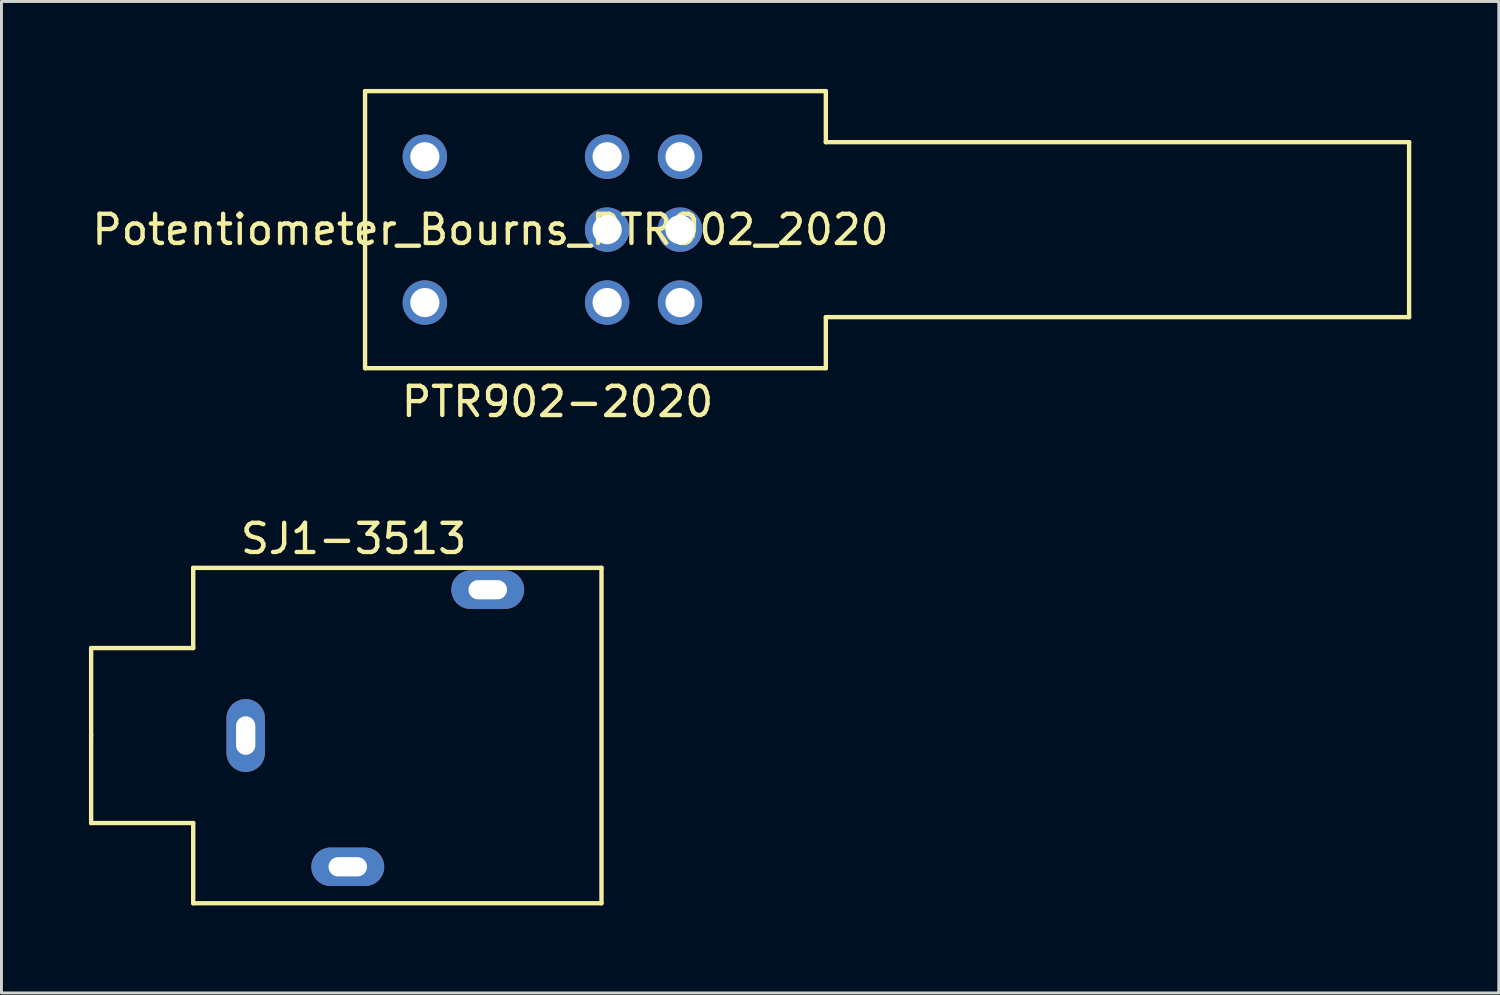
<source format=kicad_pcb>
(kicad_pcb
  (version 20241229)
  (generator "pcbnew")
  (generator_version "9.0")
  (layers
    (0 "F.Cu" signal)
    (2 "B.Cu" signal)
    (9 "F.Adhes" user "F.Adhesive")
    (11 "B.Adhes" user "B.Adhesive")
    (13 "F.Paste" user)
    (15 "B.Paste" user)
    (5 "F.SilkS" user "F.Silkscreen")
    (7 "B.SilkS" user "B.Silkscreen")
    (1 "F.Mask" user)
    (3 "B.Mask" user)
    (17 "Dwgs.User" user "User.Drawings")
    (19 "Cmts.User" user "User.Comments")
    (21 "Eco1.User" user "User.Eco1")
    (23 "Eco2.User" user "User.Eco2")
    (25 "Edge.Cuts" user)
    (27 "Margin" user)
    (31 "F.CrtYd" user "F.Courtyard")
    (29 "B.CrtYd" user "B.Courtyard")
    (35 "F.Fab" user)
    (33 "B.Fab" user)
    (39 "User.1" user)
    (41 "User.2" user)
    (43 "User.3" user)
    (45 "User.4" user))
  (footprint "SJ1-3513"
    (layer "F.Cu")
    (at 8.825 22.172)
    (property "Reference" "SJ1-3513" (at 0.25 -6.75 0) (layer "F.SilkS") (effects (font (size 1 1) (thickness 0.15))))
    (attr through_hole)
    (fp_line (start -8.75 -3) (end -5.25 -3) (stroke (width 0.15) (type solid)) (layer "F.SilkS"))
    (fp_line (start -8.75 0) (end -8.75 -3) (stroke (width 0.15) (type solid)) (layer "F.SilkS"))
    (fp_line (start -8.75 0) (end -8.75 3) (stroke (width 0.15) (type solid)) (layer "F.SilkS"))
    (fp_line (start -8.75 3) (end -5.25 3) (stroke (width 0.15) (type solid)) (layer "F.SilkS"))
    (fp_line (start -5.25 -5.75) (end 8.75 -5.75) (stroke (width 0.15) (type solid)) (layer "F.SilkS"))
    (fp_line (start -5.25 -3) (end -5.25 -5.75) (stroke (width 0.15) (type solid)) (layer "F.SilkS"))
    (fp_line (start -5.25 3) (end -5.25 5.75) (stroke (width 0.15) (type solid)) (layer "F.SilkS"))
    (fp_line (start -5.25 5.75) (end 8.75 5.75) (stroke (width 0.15) (type solid)) (layer "F.SilkS"))
    (fp_line (start 8.75 5.75) (end 8.75 -5.75) (stroke (width 0.15) (type solid)) (layer "F.SilkS"))
    (pad "1" thru_hole oval (at -3.45 0) (size 1.32 2.5) (drill oval 0.66 1.32) (layers "*.Cu" "*.Mask"))
    (pad "2" thru_hole oval (at 0.05 4.5 90) (size 1.32 2.5) (drill oval 0.66 1.32) (layers "*.Cu" "*.Mask"))
    (pad "3" thru_hole oval (at 4.85 -5 90) (size 1.32 2.5) (drill oval 0.66 1.32) (layers "*.Cu" "*.Mask")))
  (footprint "Potentiometer_Bourns_PTR902_2020"
    (layer "F.Cu")
    (at 27.368 4.825)
    (property "Reference" "Potentiometer_Bourns_PTR902_2020" (at -13.6 0 0) (layer "F.SilkS") (effects (font (size 1 1) (thickness 0.15))))
    (attr through_hole)
    (fp_line (start -17.9 -4.75) (end -17.9 4.75) (stroke (width 0.15) (type solid)) (layer "F.SilkS"))
    (fp_line (start -17.9 -4.75) (end -2.1 -4.75) (stroke (width 0.15) (type solid)) (layer "F.SilkS"))
    (fp_line (start -17.9 4.75) (end -2.1 4.75) (stroke (width 0.15) (type solid)) (layer "F.SilkS"))
    (fp_line (start -2.1 -4.75) (end -2.1 -3) (stroke (width 0.15) (type solid)) (layer "F.SilkS"))
    (fp_line (start -2.1 -3) (end 17.9 -3) (stroke (width 0.15) (type solid)) (layer "F.SilkS"))
    (fp_line (start -2.1 3) (end -2.1 4.75) (stroke (width 0.15) (type solid)) (layer "F.SilkS"))
    (fp_line (start 17.9 -3) (end 17.9 3) (stroke (width 0.15) (type solid)) (layer "F.SilkS"))
    (fp_line (start 17.9 3) (end -2.1 3) (stroke (width 0.15) (type solid)) (layer "F.SilkS"))
    (fp_text user "PTR902-2020" (at -11.3 5.9 0) (layer "F.SilkS") (effects (font (size 1 1) (thickness 0.15))))
    (pad "1" thru_hole circle (at -7.1 2.5) (size 1.524 1.524) (drill 1) (layers "*.Cu" "*.Mask"))
    (pad "2" thru_hole circle (at -7.1 0) (size 1.524 1.524) (drill 1) (layers "*.Cu" "*.Mask"))
    (pad "3" thru_hole circle (at -7.1 -2.5) (size 1.524 1.524) (drill 1) (layers "*.Cu" "*.Mask"))
    (pad "4" thru_hole circle (at -9.6 2.5) (size 1.524 1.524) (drill 1) (layers "*.Cu" "*.Mask"))
    (pad "5" thru_hole circle (at -9.6 0) (size 1.524 1.524) (drill 1) (layers "*.Cu" "*.Mask"))
    (pad "6" thru_hole circle (at -9.6 -2.5) (size 1.524 1.524) (drill 1) (layers "*.Cu" "*.Mask"))
    (pad "7" thru_hole circle (at -15.85 2.5) (size 1.524 1.524) (drill 1) (layers "*.Cu" "*.Mask"))
    (pad "8" thru_hole circle (at -15.85 -2.5) (size 1.524 1.524) (drill 1) (layers "*.Cu" "*.Mask")))
  (gr_rect
    (start -3 -3)
    (end 48.343 30.997)
    (stroke (width 0.1) (type default))
    (fill no)
    (layer "Edge.Cuts")))
</source>
